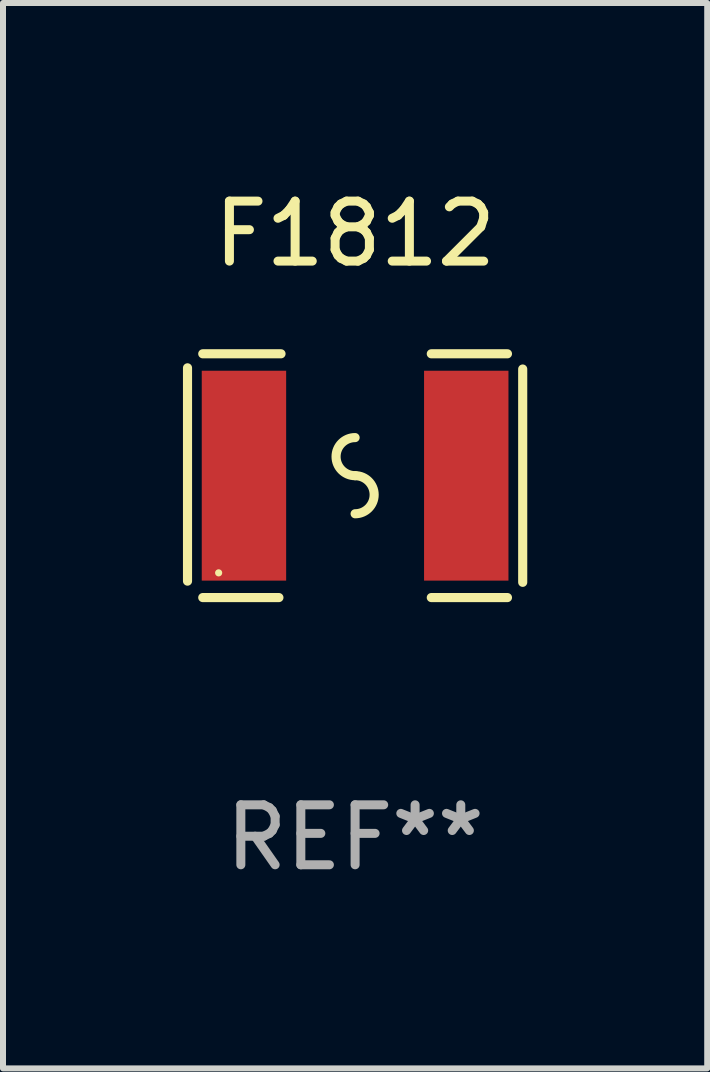
<source format=kicad_pcb>
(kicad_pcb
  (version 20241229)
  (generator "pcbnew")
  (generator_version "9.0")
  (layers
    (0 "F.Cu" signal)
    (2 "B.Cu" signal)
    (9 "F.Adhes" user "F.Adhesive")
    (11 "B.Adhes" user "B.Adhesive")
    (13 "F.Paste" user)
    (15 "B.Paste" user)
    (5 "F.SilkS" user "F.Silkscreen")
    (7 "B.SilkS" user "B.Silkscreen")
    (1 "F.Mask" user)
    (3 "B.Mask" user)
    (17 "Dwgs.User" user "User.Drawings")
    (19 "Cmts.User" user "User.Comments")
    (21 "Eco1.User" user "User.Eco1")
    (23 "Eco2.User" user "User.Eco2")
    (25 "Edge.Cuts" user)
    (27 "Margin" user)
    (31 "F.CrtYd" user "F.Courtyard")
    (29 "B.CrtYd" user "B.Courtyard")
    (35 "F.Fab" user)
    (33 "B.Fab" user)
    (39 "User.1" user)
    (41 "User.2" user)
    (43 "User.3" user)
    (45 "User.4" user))
  (footprint "F1812"
    (layer "F.Cu")
    (at 2.87 4.88)
    (property "Reference" "F1812" (at 0 -4.032 0) (layer "F.SilkS") (effects (font (size 1 1) (thickness 0.15))))
    (attr smd)
    (fp_line (start -2.794 -1.798) (end -2.794 1.758) (stroke (width 0.152) (type solid)) (layer "F.SilkS"))
    (fp_line (start -2.54 -2.032) (end -1.235 -2.032) (stroke (width 0.152) (type solid)) (layer "F.SilkS"))
    (fp_line (start -1.27 2.032) (end -2.54 2.032) (stroke (width 0.152) (type solid)) (layer "F.SilkS"))
    (fp_line (start 1.27 2.032) (end 2.54 2.032) (stroke (width 0.152) (type solid)) (layer "F.SilkS"))
    (fp_line (start 2.54 -2.032) (end 1.27 -2.032) (stroke (width 0.152) (type solid)) (layer "F.SilkS"))
    (fp_line (start 2.794 -1.778) (end 2.794 1.778) (stroke (width 0.152) (type solid)) (layer "F.SilkS"))
    (fp_arc (start 0 0) (mid -0.317501 -0.317501) (end 0 -0.635002) (stroke (width 0.151994) (type solid)) (layer "F.SilkS"))
    (fp_arc (start 0 0) (mid 0.317501 0.317501) (end 0 0.635002) (stroke (width 0.151994) (type solid)) (layer "F.SilkS"))
    (fp_circle (center -2.275 1.62) (end -2.245 1.62) (stroke (width 0.06) (type solid)) (fill no) (layer "F.SilkS"))
    (fp_text user "REF**" (at 0 6.032 0) (layer "F.Fab") (effects (font (size 1 1) (thickness 0.15))))
    (pad "1" smd rect (at -1.853 0) (size 1.407 3.499) (layers "F.Cu" "F.Mask" "F.Paste"))
    (pad "2" smd rect (at 1.853 0) (size 1.407 3.499) (layers "F.Cu" "F.Mask" "F.Paste")))
  (gr_rect
    (start -3 -3)
    (end 8.74 14.761)
    (stroke (width 0.1) (type default))
    (fill no)
    (layer "Edge.Cuts")))
</source>
